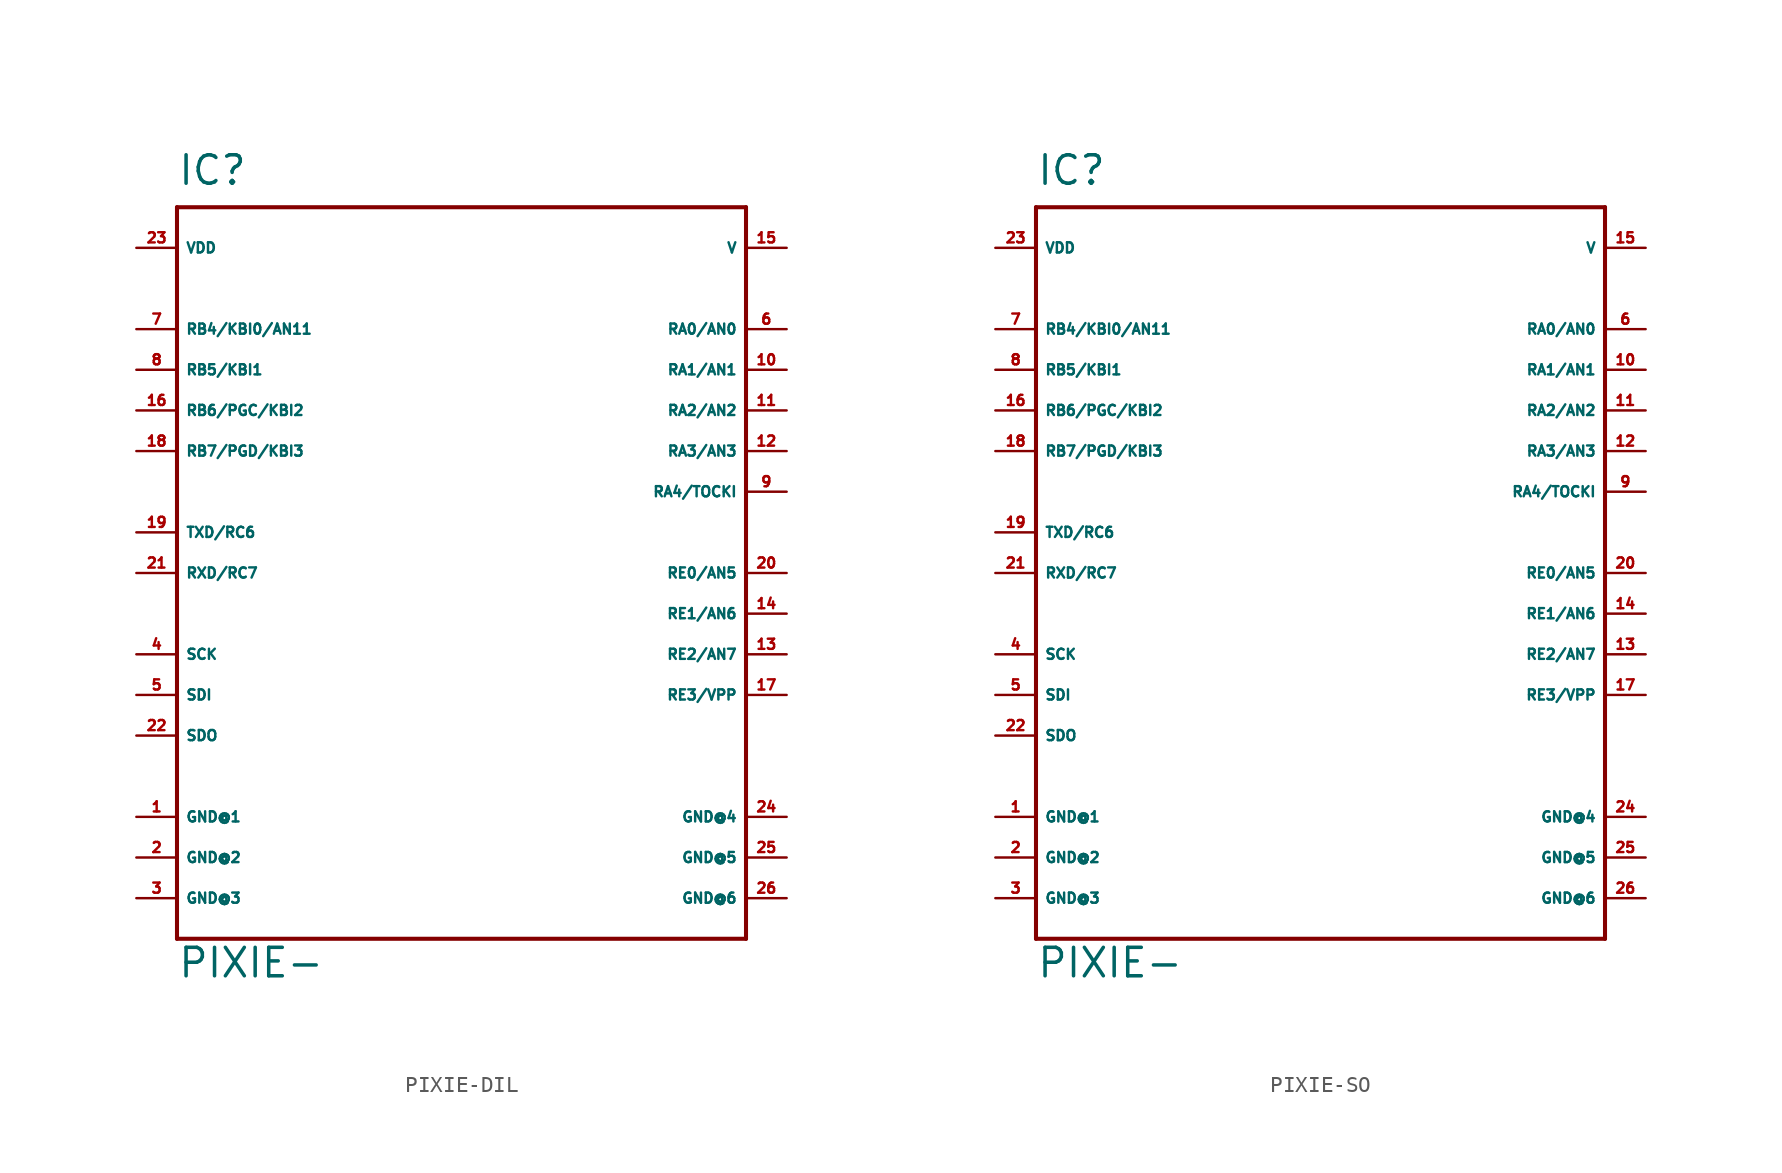
<source format=kicad_sym>
(kicad_symbol_lib
  (version 20220914)
  (generator Eagle2Kicad)
  (symbol "PIXIE-DIL"
    (property "Reference" "IC"
      (at -17.78 24.13 0)
      (effects (font (size 1.778 1.778) (thickness 0.22)) (justify left bottom)))
    (property "Value" "PIXIE-"
      (at -17.78 -25.4 0)
      (effects (font (size 1.778 1.778) (thickness 0.22)) (justify left bottom)))
    (polyline
      (pts (xy -17.78 22.86) (xy -17.78 -22.86))
      (stroke (width 0.254) (type default))
      (fill (type none)))
    (polyline
      (pts (xy -17.78 -22.86) (xy 17.78 -22.86))
      (stroke (width 0.254) (type default))
      (fill (type none)))
    (polyline
      (pts (xy 17.78 -22.86) (xy 17.78 22.86))
      (stroke (width 0.254) (type default))
      (fill (type none)))
    (polyline
      (pts (xy 17.78 22.86) (xy -17.78 22.86))
      (stroke (width 0.254) (type default))
      (fill (type none)))
    (pin bidirectional line
      (at 20.32 12.7 180)
      (length 2.54)
      (name "RA1/AN1" (effects (font (size 0.635 0.635) (thickness 0.08)) (justify left bottom)))
      (number "10" (effects (font (size 0.635 0.635) (thickness 0.08)) (justify left bottom))))
    (pin bidirectional line
      (at 20.32 10.16 180)
      (length 2.54)
      (name "RA2/AN2" (effects (font (size 0.635 0.635) (thickness 0.08)) (justify left bottom)))
      (number "11" (effects (font (size 0.635 0.635) (thickness 0.08)) (justify left bottom))))
    (pin bidirectional line
      (at 20.32 7.62 180)
      (length 2.54)
      (name "RA3/AN3" (effects (font (size 0.635 0.635) (thickness 0.08)) (justify left bottom)))
      (number "12" (effects (font (size 0.635 0.635) (thickness 0.08)) (justify left bottom))))
    (pin bidirectional line
      (at 20.32 5.08 180)
      (length 2.54)
      (name "RA4/TOCKI" (effects (font (size 0.635 0.635) (thickness 0.08)) (justify left bottom)))
      (number "9" (effects (font (size 0.635 0.635) (thickness 0.08)) (justify left bottom))))
    (pin bidirectional line
      (at 20.32 15.24 180)
      (length 2.54)
      (name "RA0/AN0" (effects (font (size 0.635 0.635) (thickness 0.08)) (justify left bottom)))
      (number "6" (effects (font (size 0.635 0.635) (thickness 0.08)) (justify left bottom))))
    (pin bidirectional line
      (at -20.32 15.24 0)
      (length 2.54)
      (name "RB4/KBI0/AN11" (effects (font (size 0.635 0.635) (thickness 0.08)) (justify left bottom)))
      (number "7" (effects (font (size 0.635 0.635) (thickness 0.08)) (justify left bottom))))
    (pin bidirectional line
      (at -20.32 12.7 0)
      (length 2.54)
      (name "RB5/KBI1" (effects (font (size 0.635 0.635) (thickness 0.08)) (justify left bottom)))
      (number "8" (effects (font (size 0.635 0.635) (thickness 0.08)) (justify left bottom))))
    (pin bidirectional line
      (at -20.32 10.16 0)
      (length 2.54)
      (name "RB6/PGC/KBI2" (effects (font (size 0.635 0.635) (thickness 0.08)) (justify left bottom)))
      (number "16" (effects (font (size 0.635 0.635) (thickness 0.08)) (justify left bottom))))
    (pin bidirectional line
      (at -20.32 7.62 0)
      (length 2.54)
      (name "RB7/PGD/KBI3" (effects (font (size 0.635 0.635) (thickness 0.08)) (justify left bottom)))
      (number "18" (effects (font (size 0.635 0.635) (thickness 0.08)) (justify left bottom))))
    (pin bidirectional line
      (at 20.32 0 180)
      (length 2.54)
      (name "RE0/AN5" (effects (font (size 0.635 0.635) (thickness 0.08)) (justify left bottom)))
      (number "20" (effects (font (size 0.635 0.635) (thickness 0.08)) (justify left bottom))))
    (pin bidirectional line
      (at 20.32 -2.54 180)
      (length 2.54)
      (name "RE1/AN6" (effects (font (size 0.635 0.635) (thickness 0.08)) (justify left bottom)))
      (number "14" (effects (font (size 0.635 0.635) (thickness 0.08)) (justify left bottom))))
    (pin bidirectional line
      (at 20.32 -5.08 180)
      (length 2.54)
      (name "RE2/AN7" (effects (font (size 0.635 0.635) (thickness 0.08)) (justify left bottom)))
      (number "13" (effects (font (size 0.635 0.635) (thickness 0.08)) (justify left bottom))))
    (pin input line
      (at 20.32 -7.62 180)
      (length 2.54)
      (name "RE3/VPP" (effects (font (size 0.635 0.635) (thickness 0.08)) (justify left bottom)))
      (number "17" (effects (font (size 0.635 0.635) (thickness 0.08)) (justify left bottom))))
    (pin bidirectional line
      (at -20.32 -5.08 0)
      (length 2.54)
      (name "SCK" (effects (font (size 0.635 0.635) (thickness 0.08)) (justify left bottom)))
      (number "4" (effects (font (size 0.635 0.635) (thickness 0.08)) (justify left bottom))))
    (pin bidirectional line
      (at -20.32 -7.62 0)
      (length 2.54)
      (name "SDI" (effects (font (size 0.635 0.635) (thickness 0.08)) (justify left bottom)))
      (number "5" (effects (font (size 0.635 0.635) (thickness 0.08)) (justify left bottom))))
    (pin input line
      (at 20.32 20.32 180)
      (length 2.54)
      (name "V" (effects (font (size 0.635 0.635) (thickness 0.08)) (justify left bottom)))
      (number "15" (effects (font (size 0.635 0.635) (thickness 0.08)) (justify left bottom))))
    (pin unspecified line
      (at -20.32 20.32 0)
      (length 2.54)
      (name "VDD" (effects (font (size 0.635 0.635) (thickness 0.08)) (justify left bottom)))
      (number "23" (effects (font (size 0.635 0.635) (thickness 0.08)) (justify left bottom))))
    (pin unspecified line
      (at -20.32 -15.24 0)
      (length 2.54)
      (name "GND@1" (effects (font (size 0.635 0.635) (thickness 0.08)) (justify left bottom)))
      (number "1" (effects (font (size 0.635 0.635) (thickness 0.08)) (justify left bottom))))
    (pin unspecified line
      (at -20.32 -17.78 0)
      (length 2.54)
      (name "GND@2" (effects (font (size 0.635 0.635) (thickness 0.08)) (justify left bottom)))
      (number "2" (effects (font (size 0.635 0.635) (thickness 0.08)) (justify left bottom))))
    (pin unspecified line
      (at -20.32 -20.32 0)
      (length 2.54)
      (name "GND@3" (effects (font (size 0.635 0.635) (thickness 0.08)) (justify left bottom)))
      (number "3" (effects (font (size 0.635 0.635) (thickness 0.08)) (justify left bottom))))
    (pin bidirectional line
      (at -20.32 -10.16 0)
      (length 2.54)
      (name "SDO" (effects (font (size 0.635 0.635) (thickness 0.08)) (justify left bottom)))
      (number "22" (effects (font (size 0.635 0.635) (thickness 0.08)) (justify left bottom))))
    (pin unspecified line
      (at 20.32 -15.24 180)
      (length 2.54)
      (name "GND@4" (effects (font (size 0.635 0.635) (thickness 0.08)) (justify left bottom)))
      (number "24" (effects (font (size 0.635 0.635) (thickness 0.08)) (justify left bottom))))
    (pin unspecified line
      (at 20.32 -17.78 180)
      (length 2.54)
      (name "GND@5" (effects (font (size 0.635 0.635) (thickness 0.08)) (justify left bottom)))
      (number "25" (effects (font (size 0.635 0.635) (thickness 0.08)) (justify left bottom))))
    (pin unspecified line
      (at 20.32 -20.32 180)
      (length 2.54)
      (name "GND@6" (effects (font (size 0.635 0.635) (thickness 0.08)) (justify left bottom)))
      (number "26" (effects (font (size 0.635 0.635) (thickness 0.08)) (justify left bottom))))
    (pin bidirectional line
      (at -20.32 2.54 0)
      (length 2.54)
      (name "TXD/RC6" (effects (font (size 0.635 0.635) (thickness 0.08)) (justify left bottom)))
      (number "19" (effects (font (size 0.635 0.635) (thickness 0.08)) (justify left bottom))))
    (pin bidirectional line
      (at -20.32 0 0)
      (length 2.54)
      (name "RXD/RC7" (effects (font (size 0.635 0.635) (thickness 0.08)) (justify left bottom)))
      (number "21" (effects (font (size 0.635 0.635) (thickness 0.08)) (justify left bottom)))))
  (symbol "PIXIE-SO"
    (property "Reference" "IC"
      (at -17.78 24.13 0)
      (effects (font (size 1.778 1.778) (thickness 0.22)) (justify left bottom)))
    (property "Value" "PIXIE-"
      (at -17.78 -25.4 0)
      (effects (font (size 1.778 1.778) (thickness 0.22)) (justify left bottom)))
    (polyline
      (pts (xy -17.78 22.86) (xy -17.78 -22.86))
      (stroke (width 0.254) (type default))
      (fill (type none)))
    (polyline
      (pts (xy -17.78 -22.86) (xy 17.78 -22.86))
      (stroke (width 0.254) (type default))
      (fill (type none)))
    (polyline
      (pts (xy 17.78 -22.86) (xy 17.78 22.86))
      (stroke (width 0.254) (type default))
      (fill (type none)))
    (polyline
      (pts (xy 17.78 22.86) (xy -17.78 22.86))
      (stroke (width 0.254) (type default))
      (fill (type none)))
    (pin bidirectional line
      (at 20.32 12.7 180)
      (length 2.54)
      (name "RA1/AN1" (effects (font (size 0.635 0.635) (thickness 0.08)) (justify left bottom)))
      (number "10" (effects (font (size 0.635 0.635) (thickness 0.08)) (justify left bottom))))
    (pin bidirectional line
      (at 20.32 10.16 180)
      (length 2.54)
      (name "RA2/AN2" (effects (font (size 0.635 0.635) (thickness 0.08)) (justify left bottom)))
      (number "11" (effects (font (size 0.635 0.635) (thickness 0.08)) (justify left bottom))))
    (pin bidirectional line
      (at 20.32 7.62 180)
      (length 2.54)
      (name "RA3/AN3" (effects (font (size 0.635 0.635) (thickness 0.08)) (justify left bottom)))
      (number "12" (effects (font (size 0.635 0.635) (thickness 0.08)) (justify left bottom))))
    (pin bidirectional line
      (at 20.32 5.08 180)
      (length 2.54)
      (name "RA4/TOCKI" (effects (font (size 0.635 0.635) (thickness 0.08)) (justify left bottom)))
      (number "9" (effects (font (size 0.635 0.635) (thickness 0.08)) (justify left bottom))))
    (pin bidirectional line
      (at 20.32 15.24 180)
      (length 2.54)
      (name "RA0/AN0" (effects (font (size 0.635 0.635) (thickness 0.08)) (justify left bottom)))
      (number "6" (effects (font (size 0.635 0.635) (thickness 0.08)) (justify left bottom))))
    (pin bidirectional line
      (at -20.32 15.24 0)
      (length 2.54)
      (name "RB4/KBI0/AN11" (effects (font (size 0.635 0.635) (thickness 0.08)) (justify left bottom)))
      (number "7" (effects (font (size 0.635 0.635) (thickness 0.08)) (justify left bottom))))
    (pin bidirectional line
      (at -20.32 12.7 0)
      (length 2.54)
      (name "RB5/KBI1" (effects (font (size 0.635 0.635) (thickness 0.08)) (justify left bottom)))
      (number "8" (effects (font (size 0.635 0.635) (thickness 0.08)) (justify left bottom))))
    (pin bidirectional line
      (at -20.32 10.16 0)
      (length 2.54)
      (name "RB6/PGC/KBI2" (effects (font (size 0.635 0.635) (thickness 0.08)) (justify left bottom)))
      (number "16" (effects (font (size 0.635 0.635) (thickness 0.08)) (justify left bottom))))
    (pin bidirectional line
      (at -20.32 7.62 0)
      (length 2.54)
      (name "RB7/PGD/KBI3" (effects (font (size 0.635 0.635) (thickness 0.08)) (justify left bottom)))
      (number "18" (effects (font (size 0.635 0.635) (thickness 0.08)) (justify left bottom))))
    (pin bidirectional line
      (at 20.32 0 180)
      (length 2.54)
      (name "RE0/AN5" (effects (font (size 0.635 0.635) (thickness 0.08)) (justify left bottom)))
      (number "20" (effects (font (size 0.635 0.635) (thickness 0.08)) (justify left bottom))))
    (pin bidirectional line
      (at 20.32 -2.54 180)
      (length 2.54)
      (name "RE1/AN6" (effects (font (size 0.635 0.635) (thickness 0.08)) (justify left bottom)))
      (number "14" (effects (font (size 0.635 0.635) (thickness 0.08)) (justify left bottom))))
    (pin bidirectional line
      (at 20.32 -5.08 180)
      (length 2.54)
      (name "RE2/AN7" (effects (font (size 0.635 0.635) (thickness 0.08)) (justify left bottom)))
      (number "13" (effects (font (size 0.635 0.635) (thickness 0.08)) (justify left bottom))))
    (pin input line
      (at 20.32 -7.62 180)
      (length 2.54)
      (name "RE3/VPP" (effects (font (size 0.635 0.635) (thickness 0.08)) (justify left bottom)))
      (number "17" (effects (font (size 0.635 0.635) (thickness 0.08)) (justify left bottom))))
    (pin bidirectional line
      (at -20.32 -5.08 0)
      (length 2.54)
      (name "SCK" (effects (font (size 0.635 0.635) (thickness 0.08)) (justify left bottom)))
      (number "4" (effects (font (size 0.635 0.635) (thickness 0.08)) (justify left bottom))))
    (pin bidirectional line
      (at -20.32 -7.62 0)
      (length 2.54)
      (name "SDI" (effects (font (size 0.635 0.635) (thickness 0.08)) (justify left bottom)))
      (number "5" (effects (font (size 0.635 0.635) (thickness 0.08)) (justify left bottom))))
    (pin input line
      (at 20.32 20.32 180)
      (length 2.54)
      (name "V" (effects (font (size 0.635 0.635) (thickness 0.08)) (justify left bottom)))
      (number "15" (effects (font (size 0.635 0.635) (thickness 0.08)) (justify left bottom))))
    (pin unspecified line
      (at -20.32 20.32 0)
      (length 2.54)
      (name "VDD" (effects (font (size 0.635 0.635) (thickness 0.08)) (justify left bottom)))
      (number "23" (effects (font (size 0.635 0.635) (thickness 0.08)) (justify left bottom))))
    (pin unspecified line
      (at -20.32 -15.24 0)
      (length 2.54)
      (name "GND@1" (effects (font (size 0.635 0.635) (thickness 0.08)) (justify left bottom)))
      (number "1" (effects (font (size 0.635 0.635) (thickness 0.08)) (justify left bottom))))
    (pin unspecified line
      (at -20.32 -17.78 0)
      (length 2.54)
      (name "GND@2" (effects (font (size 0.635 0.635) (thickness 0.08)) (justify left bottom)))
      (number "2" (effects (font (size 0.635 0.635) (thickness 0.08)) (justify left bottom))))
    (pin unspecified line
      (at -20.32 -20.32 0)
      (length 2.54)
      (name "GND@3" (effects (font (size 0.635 0.635) (thickness 0.08)) (justify left bottom)))
      (number "3" (effects (font (size 0.635 0.635) (thickness 0.08)) (justify left bottom))))
    (pin bidirectional line
      (at -20.32 -10.16 0)
      (length 2.54)
      (name "SDO" (effects (font (size 0.635 0.635) (thickness 0.08)) (justify left bottom)))
      (number "22" (effects (font (size 0.635 0.635) (thickness 0.08)) (justify left bottom))))
    (pin unspecified line
      (at 20.32 -15.24 180)
      (length 2.54)
      (name "GND@4" (effects (font (size 0.635 0.635) (thickness 0.08)) (justify left bottom)))
      (number "24" (effects (font (size 0.635 0.635) (thickness 0.08)) (justify left bottom))))
    (pin unspecified line
      (at 20.32 -17.78 180)
      (length 2.54)
      (name "GND@5" (effects (font (size 0.635 0.635) (thickness 0.08)) (justify left bottom)))
      (number "25" (effects (font (size 0.635 0.635) (thickness 0.08)) (justify left bottom))))
    (pin unspecified line
      (at 20.32 -20.32 180)
      (length 2.54)
      (name "GND@6" (effects (font (size 0.635 0.635) (thickness 0.08)) (justify left bottom)))
      (number "26" (effects (font (size 0.635 0.635) (thickness 0.08)) (justify left bottom))))
    (pin bidirectional line
      (at -20.32 2.54 0)
      (length 2.54)
      (name "TXD/RC6" (effects (font (size 0.635 0.635) (thickness 0.08)) (justify left bottom)))
      (number "19" (effects (font (size 0.635 0.635) (thickness 0.08)) (justify left bottom))))
    (pin bidirectional line
      (at -20.32 0 0)
      (length 2.54)
      (name "RXD/RC7" (effects (font (size 0.635 0.635) (thickness 0.08)) (justify left bottom)))
      (number "21" (effects (font (size 0.635 0.635) (thickness 0.08)) (justify left bottom))))))
</source>
